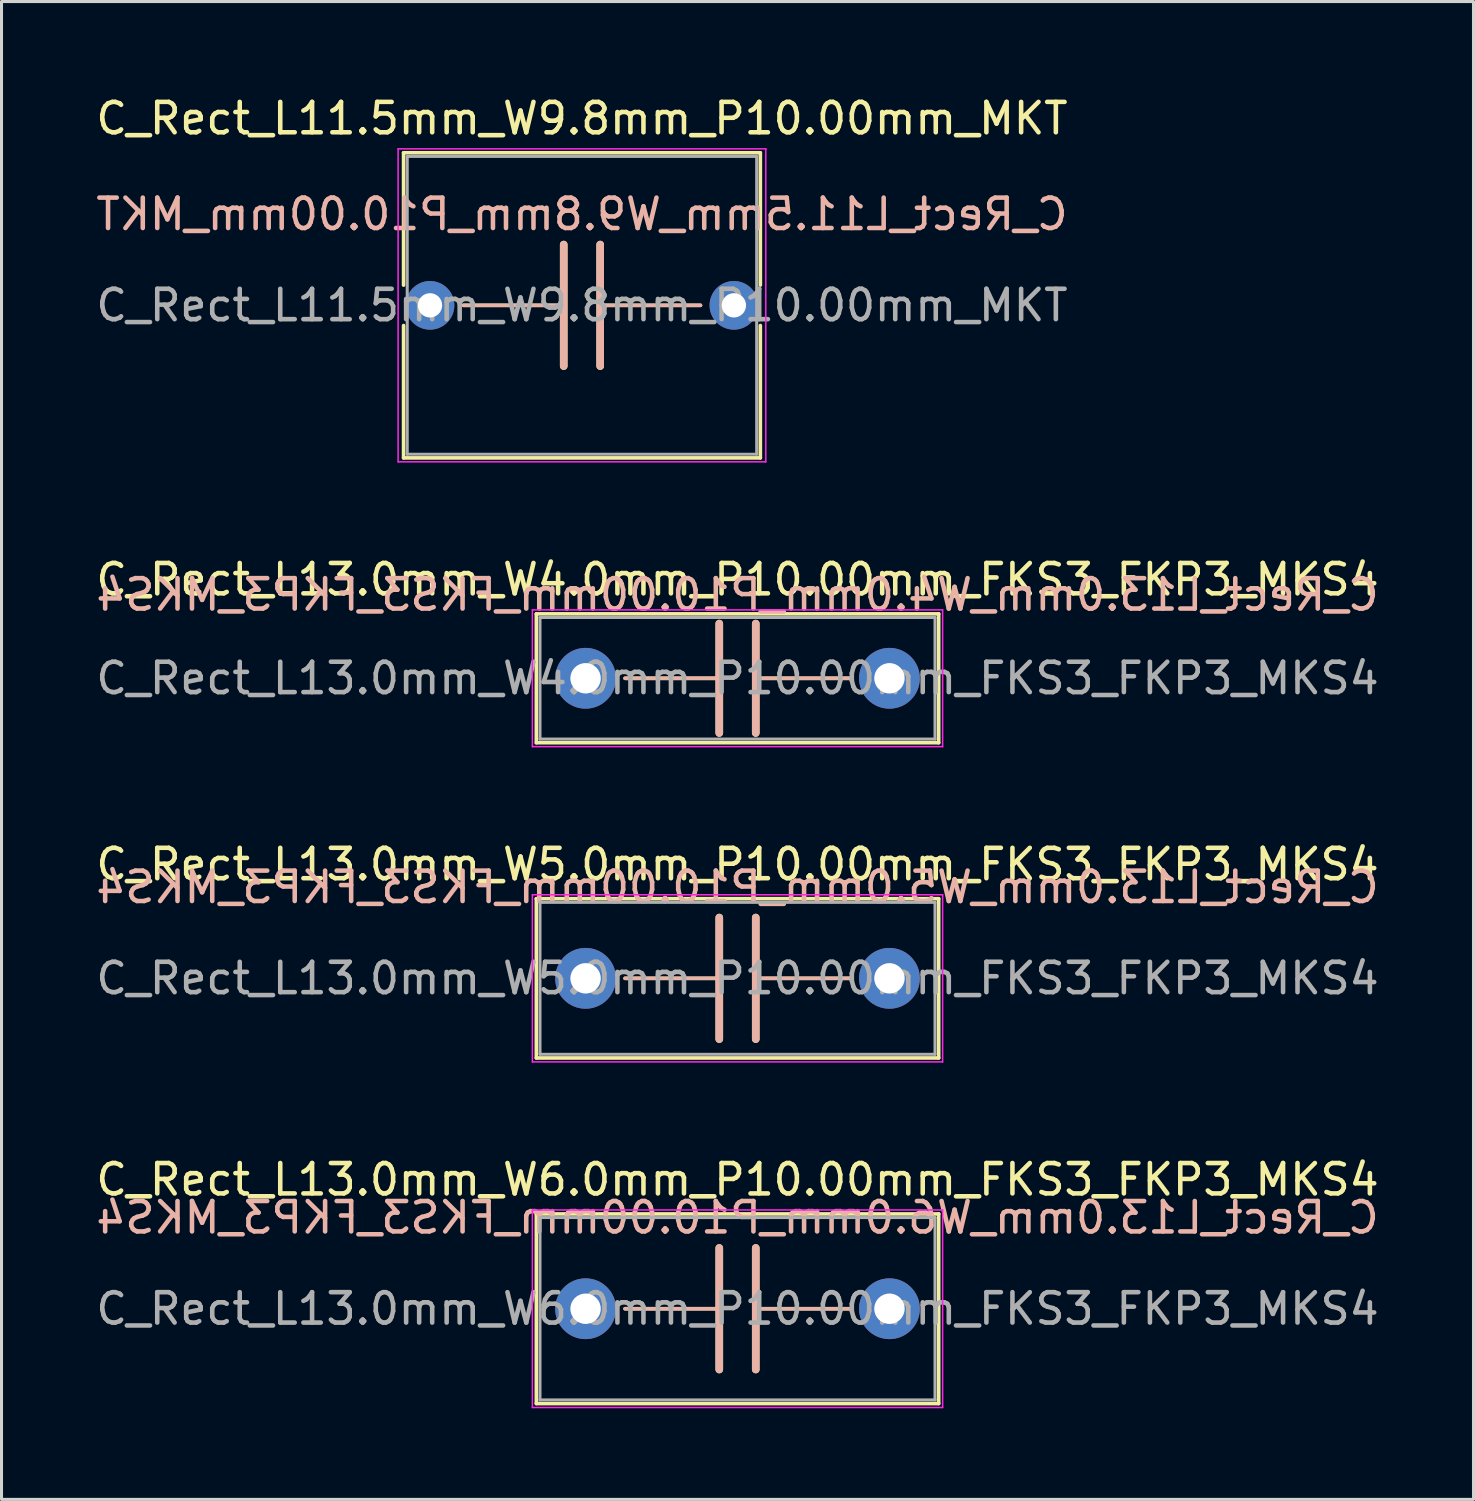
<source format=kicad_pcb>
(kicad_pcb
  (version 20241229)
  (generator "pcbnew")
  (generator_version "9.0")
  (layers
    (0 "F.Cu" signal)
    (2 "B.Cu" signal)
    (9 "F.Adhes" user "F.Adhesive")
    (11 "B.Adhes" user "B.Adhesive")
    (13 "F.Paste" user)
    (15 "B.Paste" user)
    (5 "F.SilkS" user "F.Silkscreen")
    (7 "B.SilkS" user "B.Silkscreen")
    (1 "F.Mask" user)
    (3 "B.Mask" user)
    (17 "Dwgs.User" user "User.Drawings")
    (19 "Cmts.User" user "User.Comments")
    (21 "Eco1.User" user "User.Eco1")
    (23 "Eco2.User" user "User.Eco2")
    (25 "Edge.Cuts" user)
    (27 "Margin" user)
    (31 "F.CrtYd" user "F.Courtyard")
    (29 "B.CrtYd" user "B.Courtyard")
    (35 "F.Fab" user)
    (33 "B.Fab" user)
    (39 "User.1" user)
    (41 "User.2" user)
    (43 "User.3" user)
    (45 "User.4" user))
  (footprint "C_Rect_L13.0mm_W5.0mm_P10.00mm_FKS3_FKP3_MKS4"
    (layer "F.Cu")
    (at 16.22 29.145)
    (property "Reference" "C_Rect_L13.0mm_W5.0mm_P10.00mm_FKS3_FKP3_MKS4" (at 5 -3.75 0) (layer "F.SilkS") (effects (font (size 1 1) (thickness 0.15))))
    (fp_line (start -1.62 -2.62) (end -1.62 2.62) (stroke (width 0.12) (type solid)) (layer "F.SilkS"))
    (fp_line (start -1.62 -2.62) (end 11.62 -2.62) (stroke (width 0.12) (type solid)) (layer "F.SilkS"))
    (fp_line (start -1.62 2.62) (end 11.62 2.62) (stroke (width 0.12) (type solid)) (layer "F.SilkS"))
    (fp_line (start 1.3 0) (end 4.4 0) (stroke (width 0.12) (type solid)) (layer "F.SilkS"))
    (fp_line (start 4.4 2) (end 4.4 -2) (stroke (width 0.25) (type solid)) (layer "F.SilkS"))
    (fp_line (start 5.6 2) (end 5.6 -2) (stroke (width 0.25) (type solid)) (layer "F.SilkS"))
    (fp_line (start 8.7 0) (end 5.6 0) (stroke (width 0.12) (type solid)) (layer "F.SilkS"))
    (fp_line (start 11.62 -2.62) (end 11.62 2.62) (stroke (width 0.12) (type solid)) (layer "F.SilkS"))
    (fp_line (start 1.3 0) (end 4.4 0) (stroke (width 0.12) (type solid)) (layer "B.SilkS"))
    (fp_line (start 4.4 -2) (end 4.4 2) (stroke (width 0.25) (type solid)) (layer "B.SilkS"))
    (fp_line (start 5.6 -2) (end 5.6 2) (stroke (width 0.25) (type solid)) (layer "B.SilkS"))
    (fp_line (start 8.7 0) (end 5.6 0) (stroke (width 0.12) (type solid)) (layer "B.SilkS"))
    (fp_line (start -1.75 -2.75) (end -1.75 2.75) (stroke (width 0.05) (type solid)) (layer "F.CrtYd"))
    (fp_line (start -1.75 2.75) (end 11.75 2.75) (stroke (width 0.05) (type solid)) (layer "F.CrtYd"))
    (fp_line (start 11.75 -2.75) (end -1.75 -2.75) (stroke (width 0.05) (type solid)) (layer "F.CrtYd"))
    (fp_line (start 11.75 2.75) (end 11.75 -2.75) (stroke (width 0.05) (type solid)) (layer "F.CrtYd"))
    (fp_line (start -1.5 -2.5) (end -1.5 2.5) (stroke (width 0.1) (type solid)) (layer "F.Fab"))
    (fp_line (start -1.5 2.5) (end 11.5 2.5) (stroke (width 0.1) (type solid)) (layer "F.Fab"))
    (fp_line (start 11.5 -2.5) (end -1.5 -2.5) (stroke (width 0.1) (type solid)) (layer "F.Fab"))
    (fp_line (start 11.5 2.5) (end 11.5 -2.5) (stroke (width 0.1) (type solid)) (layer "F.Fab"))
    (fp_text user "${REFERENCE}" (at 5 -3 0) (layer "B.SilkS") (effects (font (size 1 1) (thickness 0.15)) (justify mirror)))
    (fp_text user "${REFERENCE}" (at 5 0 0) (layer "F.Fab") (effects (font (size 1 1) (thickness 0.15))))
    (pad "1" thru_hole circle (at 0 0) (size 2 2) (drill 1) (layers "*.Cu" "*.Mask"))
    (pad "2" thru_hole circle (at 10 0) (size 2 2) (drill 1) (layers "*.Cu" "*.Mask")))
  (footprint "C_Rect_L13.0mm_W4.0mm_P10.00mm_FKS3_FKP3_MKS4"
    (layer "F.Cu")
    (at 16.22 19.271)
    (property "Reference" "C_Rect_L13.0mm_W4.0mm_P10.00mm_FKS3_FKP3_MKS4" (at 5 -3.25 0) (layer "F.SilkS") (effects (font (size 1 1) (thickness 0.15))))
    (fp_line (start -1.62 -2.12) (end -1.62 2.12) (stroke (width 0.12) (type solid)) (layer "F.SilkS"))
    (fp_line (start -1.62 -2.12) (end 11.62 -2.12) (stroke (width 0.12) (type solid)) (layer "F.SilkS"))
    (fp_line (start -1.62 2.12) (end 11.62 2.12) (stroke (width 0.12) (type solid)) (layer "F.SilkS"))
    (fp_line (start 1.3 0) (end 4.4 0) (stroke (width 0.12) (type solid)) (layer "F.SilkS"))
    (fp_line (start 4.4 1.8) (end 4.4 -1.8) (stroke (width 0.25) (type solid)) (layer "F.SilkS"))
    (fp_line (start 5.6 1.8) (end 5.6 -1.8) (stroke (width 0.25) (type solid)) (layer "F.SilkS"))
    (fp_line (start 8.7 0) (end 5.6 0) (stroke (width 0.12) (type solid)) (layer "F.SilkS"))
    (fp_line (start 11.62 -2.12) (end 11.62 2.12) (stroke (width 0.12) (type solid)) (layer "F.SilkS"))
    (fp_line (start 1.3 0) (end 4.4 0) (stroke (width 0.12) (type solid)) (layer "B.SilkS"))
    (fp_line (start 4.4 -1.8) (end 4.4 1.8) (stroke (width 0.25) (type solid)) (layer "B.SilkS"))
    (fp_line (start 5.6 -1.8) (end 5.6 1.8) (stroke (width 0.25) (type solid)) (layer "B.SilkS"))
    (fp_line (start 8.7 0) (end 5.6 0) (stroke (width 0.12) (type solid)) (layer "B.SilkS"))
    (fp_line (start -1.75 -2.25) (end -1.75 2.25) (stroke (width 0.05) (type solid)) (layer "F.CrtYd"))
    (fp_line (start -1.75 2.25) (end 11.75 2.25) (stroke (width 0.05) (type solid)) (layer "F.CrtYd"))
    (fp_line (start 11.75 -2.25) (end -1.75 -2.25) (stroke (width 0.05) (type solid)) (layer "F.CrtYd"))
    (fp_line (start 11.75 2.25) (end 11.75 -2.25) (stroke (width 0.05) (type solid)) (layer "F.CrtYd"))
    (fp_line (start -1.5 -2) (end -1.5 2) (stroke (width 0.1) (type solid)) (layer "F.Fab"))
    (fp_line (start -1.5 2) (end 11.5 2) (stroke (width 0.1) (type solid)) (layer "F.Fab"))
    (fp_line (start 11.5 -2) (end -1.5 -2) (stroke (width 0.1) (type solid)) (layer "F.Fab"))
    (fp_line (start 11.5 2) (end 11.5 -2) (stroke (width 0.1) (type solid)) (layer "F.Fab"))
    (fp_text user "${REFERENCE}" (at 5 -2.75 0) (layer "B.SilkS") (effects (font (size 1 1) (thickness 0.15)) (justify mirror)))
    (fp_text user "${REFERENCE}" (at 5 0 0) (layer "F.Fab") (effects (font (size 1 1) (thickness 0.15))))
    (pad "1" thru_hole circle (at 0 0) (size 2 2) (drill 1) (layers "*.Cu" "*.Mask"))
    (pad "2" thru_hole circle (at 10 0) (size 2 2) (drill 1) (layers "*.Cu" "*.Mask")))
  (footprint "C_Rect_L13.0mm_W6.0mm_P10.00mm_FKS3_FKP3_MKS4"
    (layer "F.Cu")
    (at 16.22 40.018)
    (property "Reference" "C_Rect_L13.0mm_W6.0mm_P10.00mm_FKS3_FKP3_MKS4" (at 5 -4.25 0) (layer "F.SilkS") (effects (font (size 1 1) (thickness 0.15))))
    (fp_line (start -1.62 -3.12) (end -1.62 3.12) (stroke (width 0.12) (type solid)) (layer "F.SilkS"))
    (fp_line (start -1.62 -3.12) (end 11.62 -3.12) (stroke (width 0.12) (type solid)) (layer "F.SilkS"))
    (fp_line (start -1.62 3.12) (end 11.62 3.12) (stroke (width 0.12) (type solid)) (layer "F.SilkS"))
    (fp_line (start 1.3 0) (end 4.4 0) (stroke (width 0.12) (type solid)) (layer "F.SilkS"))
    (fp_line (start 4.4 2) (end 4.4 -2) (stroke (width 0.25) (type solid)) (layer "F.SilkS"))
    (fp_line (start 5.6 2) (end 5.6 -2) (stroke (width 0.25) (type solid)) (layer "F.SilkS"))
    (fp_line (start 8.7 0) (end 5.6 0) (stroke (width 0.12) (type solid)) (layer "F.SilkS"))
    (fp_line (start 11.62 -3.12) (end 11.62 3.12) (stroke (width 0.12) (type solid)) (layer "F.SilkS"))
    (fp_line (start 1.3 0) (end 4.4 0) (stroke (width 0.12) (type solid)) (layer "B.SilkS"))
    (fp_line (start 4.4 -2) (end 4.4 2) (stroke (width 0.25) (type solid)) (layer "B.SilkS"))
    (fp_line (start 5.6 -2) (end 5.6 2) (stroke (width 0.25) (type solid)) (layer "B.SilkS"))
    (fp_line (start 8.7 0) (end 5.6 0) (stroke (width 0.12) (type solid)) (layer "B.SilkS"))
    (fp_line (start -1.75 -3.25) (end -1.75 3.25) (stroke (width 0.05) (type solid)) (layer "F.CrtYd"))
    (fp_line (start -1.75 3.25) (end 11.75 3.25) (stroke (width 0.05) (type solid)) (layer "F.CrtYd"))
    (fp_line (start 11.75 -3.25) (end -1.75 -3.25) (stroke (width 0.05) (type solid)) (layer "F.CrtYd"))
    (fp_line (start 11.75 3.25) (end 11.75 -3.25) (stroke (width 0.05) (type solid)) (layer "F.CrtYd"))
    (fp_line (start -1.5 -3) (end -1.5 3) (stroke (width 0.1) (type solid)) (layer "F.Fab"))
    (fp_line (start -1.5 3) (end 11.5 3) (stroke (width 0.1) (type solid)) (layer "F.Fab"))
    (fp_line (start 11.5 -3) (end -1.5 -3) (stroke (width 0.1) (type solid)) (layer "F.Fab"))
    (fp_line (start 11.5 3) (end 11.5 -3) (stroke (width 0.1) (type solid)) (layer "F.Fab"))
    (fp_text user "${REFERENCE}" (at 5 -3 0) (layer "B.SilkS") (effects (font (size 1 1) (thickness 0.15)) (justify mirror)))
    (fp_text user "${REFERENCE}" (at 5 0 0) (layer "F.Fab") (effects (font (size 1 1) (thickness 0.15))))
    (pad "1" thru_hole circle (at 0 0) (size 2 2) (drill 1) (layers "*.Cu" "*.Mask"))
    (pad "2" thru_hole circle (at 10 0) (size 2 2) (drill 1) (layers "*.Cu" "*.Mask")))
  (footprint "C_Rect_L11.5mm_W9.8mm_P10.00mm_MKT"
    (layer "F.Cu")
    (at 11.101 6.998)
    (property "Reference" "C_Rect_L11.5mm_W9.8mm_P10.00mm_MKT" (at 5 -6.15 0) (layer "F.SilkS") (effects (font (size 1 1) (thickness 0.15))))
    (fp_line (start -0.87 -5.02) (end -0.87 -0.665) (stroke (width 0.12) (type solid)) (layer "F.SilkS"))
    (fp_line (start -0.87 -5.02) (end 10.87 -5.02) (stroke (width 0.12) (type solid)) (layer "F.SilkS"))
    (fp_line (start -0.87 0.665) (end -0.87 5.02) (stroke (width 0.12) (type solid)) (layer "F.SilkS"))
    (fp_line (start -0.87 5.02) (end 10.87 5.02) (stroke (width 0.12) (type solid)) (layer "F.SilkS"))
    (fp_line (start 1.1 0) (end 4.4 0) (stroke (width 0.12) (type solid)) (layer "F.SilkS"))
    (fp_line (start 4.4 2) (end 4.4 -2) (stroke (width 0.25) (type solid)) (layer "F.SilkS"))
    (fp_line (start 5.6 2) (end 5.6 -2) (stroke (width 0.25) (type solid)) (layer "F.SilkS"))
    (fp_line (start 8.9 0) (end 5.6 0) (stroke (width 0.12) (type solid)) (layer "F.SilkS"))
    (fp_line (start 10.87 -5.02) (end 10.87 -0.665) (stroke (width 0.12) (type solid)) (layer "F.SilkS"))
    (fp_line (start 10.87 0.665) (end 10.87 5.02) (stroke (width 0.12) (type solid)) (layer "F.SilkS"))
    (fp_line (start 1.1 0) (end 4.4 0) (stroke (width 0.12) (type solid)) (layer "B.SilkS"))
    (fp_line (start 4.4 -2) (end 4.4 2) (stroke (width 0.25) (type solid)) (layer "B.SilkS"))
    (fp_line (start 5.6 -2) (end 5.6 2) (stroke (width 0.25) (type solid)) (layer "B.SilkS"))
    (fp_line (start 8.9 0) (end 5.6 0) (stroke (width 0.12) (type solid)) (layer "B.SilkS"))
    (fp_line (start -1.05 -5.15) (end -1.05 5.15) (stroke (width 0.05) (type solid)) (layer "F.CrtYd"))
    (fp_line (start -1.05 5.15) (end 11.05 5.15) (stroke (width 0.05) (type solid)) (layer "F.CrtYd"))
    (fp_line (start 11.05 -5.15) (end -1.05 -5.15) (stroke (width 0.05) (type solid)) (layer "F.CrtYd"))
    (fp_line (start 11.05 5.15) (end 11.05 -5.15) (stroke (width 0.05) (type solid)) (layer "F.CrtYd"))
    (fp_line (start -0.75 -4.9) (end -0.75 4.9) (stroke (width 0.1) (type solid)) (layer "F.Fab"))
    (fp_line (start -0.75 4.9) (end 10.75 4.9) (stroke (width 0.1) (type solid)) (layer "F.Fab"))
    (fp_line (start 10.75 -4.9) (end -0.75 -4.9) (stroke (width 0.1) (type solid)) (layer "F.Fab"))
    (fp_line (start 10.75 4.9) (end 10.75 -4.9) (stroke (width 0.1) (type solid)) (layer "F.Fab"))
    (fp_text user "${REFERENCE}" (at 5 -3 0) (layer "B.SilkS") (effects (font (size 1 1) (thickness 0.15)) (justify mirror)))
    (fp_text user "${REFERENCE}" (at 5 0 0) (layer "F.Fab") (effects (font (size 1 1) (thickness 0.15))))
    (pad "1" thru_hole circle (at 0 0) (size 1.6 1.6) (drill 0.8) (layers "*.Cu" "*.Mask"))
    (pad "2" thru_hole circle (at 10 0) (size 1.6 1.6) (drill 0.8) (layers "*.Cu" "*.Mask")))
  (gr_rect
    (start -3 -3)
    (end 45.44 46.293)
    (stroke (width 0.1) (type default))
    (fill no)
    (layer "Edge.Cuts")))
</source>
